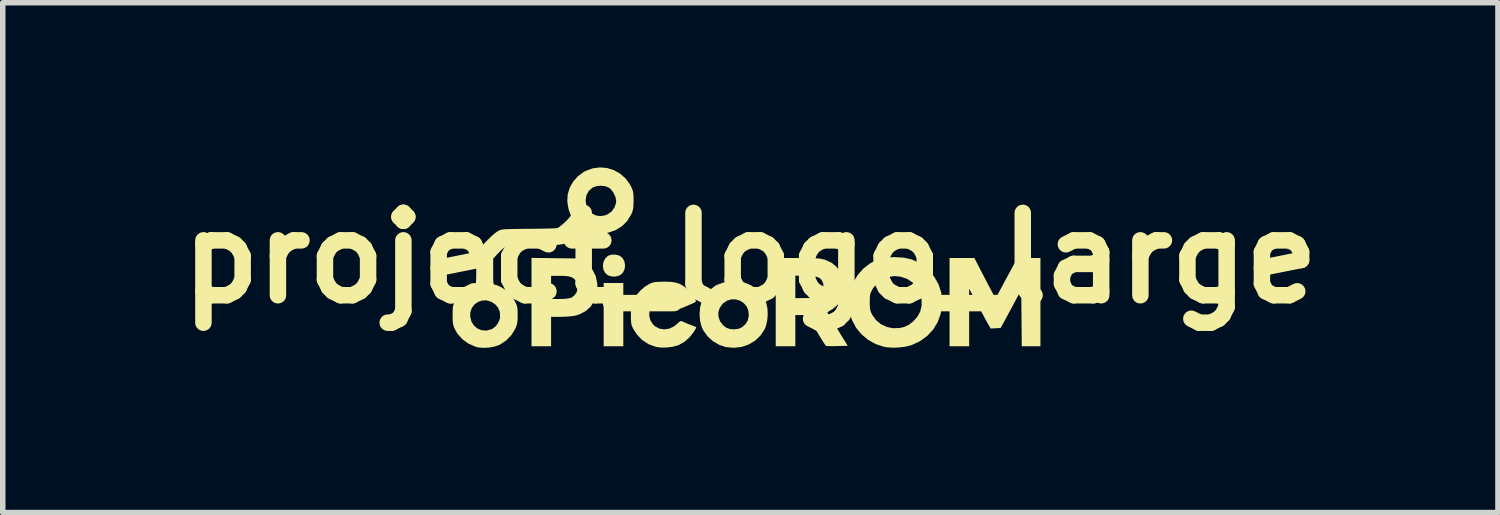
<source format=kicad_pcb>
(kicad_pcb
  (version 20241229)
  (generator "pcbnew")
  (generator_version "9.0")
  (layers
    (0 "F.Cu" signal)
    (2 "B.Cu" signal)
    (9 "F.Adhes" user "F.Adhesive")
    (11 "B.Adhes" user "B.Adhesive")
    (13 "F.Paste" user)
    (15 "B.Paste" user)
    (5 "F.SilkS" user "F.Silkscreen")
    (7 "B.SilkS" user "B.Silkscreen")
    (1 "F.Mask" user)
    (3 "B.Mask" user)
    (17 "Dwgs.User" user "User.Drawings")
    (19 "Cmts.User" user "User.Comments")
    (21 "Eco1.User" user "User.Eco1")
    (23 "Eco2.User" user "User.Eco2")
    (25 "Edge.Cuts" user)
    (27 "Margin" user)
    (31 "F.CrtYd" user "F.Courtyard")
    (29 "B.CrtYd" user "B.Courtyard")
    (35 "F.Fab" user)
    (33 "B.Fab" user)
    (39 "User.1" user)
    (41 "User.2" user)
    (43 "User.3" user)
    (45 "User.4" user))
  (footprint "project_logo_large"
    (layer "F.Cu")
    (at 10.621 1.651)
    (property "Reference" "project_logo_large" (at 0 0 0) (layer "F.SilkS") (effects (font (size 1.5 1.5) (thickness 0.3))))
    (attr board_only exclude_from_pos_files exclude_from_bom)
    (fp_poly (pts (xy -2.314 1.031) (xy -2.314 1.608) (xy -2.493 1.608) (xy -2.672 1.608) (xy -2.672 1.031) (xy -2.672 0.455) (xy -2.493 0.455) (xy -2.314 0.455)) (stroke (width 0) (type solid)) (fill yes) (layer "F.SilkS"))
    (fp_poly (pts (xy -2.392 -0.047) (xy -2.379 -0.04) (xy -2.326 0.003) (xy -2.294 0.064) (xy -2.282 0.134) (xy -2.291 0.203) (xy -2.321 0.266) (xy -2.371 0.312) (xy -2.379 0.316) (xy -2.447 0.337) (xy -2.523 0.337) (xy -2.591 0.317) (xy -2.594 0.316) (xy -2.646 0.271) (xy -2.677 0.21) (xy -2.686 0.14) (xy -2.675 0.069) (xy -2.643 0.007) (xy -2.591 -0.041) (xy -2.587 -0.043) (xy -2.529 -0.061) (xy -2.458 -0.062)) (stroke (width 0) (type solid)) (fill yes) (layer "F.SilkS"))
    (fp_poly (pts (xy -3.577 0.003) (xy -3.166 0.008) (xy -3.058 0.061) (xy -2.953 0.13) (xy -2.873 0.219) (xy -2.818 0.327) (xy -2.79 0.453) (xy -2.786 0.532) (xy -2.801 0.667) (xy -2.844 0.787) (xy -2.911 0.888) (xy -3.003 0.969) (xy -3.116 1.028) (xy -3.189 1.05) (xy -3.245 1.059) (xy -3.322 1.066) (xy -3.407 1.071) (xy -3.455 1.072) (xy -3.63 1.072) (xy -3.63 1.34) (xy -3.63 1.608) (xy -3.808 1.608) (xy -3.987 1.608) (xy -3.987 0.803) (xy -3.987 0.536) (xy -3.63 0.536) (xy -3.63 0.747) (xy -3.475 0.747) (xy -3.379 0.744) (xy -3.304 0.735) (xy -3.264 0.724) (xy -3.207 0.684) (xy -3.166 0.625) (xy -3.145 0.557) (xy -3.145 0.486) (xy -3.171 0.424) (xy -3.176 0.416) (xy -3.213 0.377) (xy -3.256 0.35) (xy -3.311 0.334) (xy -3.386 0.326) (xy -3.467 0.325) (xy -3.63 0.325) (xy -3.63 0.536) (xy -3.987 0.536) (xy -3.987 -0.002)) (stroke (width 0) (type solid)) (fill yes) (layer "F.SilkS"))
    (fp_poly (pts (xy 4.248 0.32) (xy 4.298 0.416) (xy 4.344 0.505) (xy 4.385 0.582) (xy 4.417 0.642) (xy 4.438 0.68) (xy 4.442 0.687) (xy 4.471 0.735) (xy 4.55 0.586) (xy 4.588 0.515) (xy 4.635 0.426) (xy 4.687 0.33) (xy 4.738 0.236) (xy 4.747 0.219) (xy 4.866 0) (xy 5.076 0) (xy 5.286 0) (xy 5.286 0.804) (xy 5.286 1.608) (xy 5.116 1.608) (xy 4.946 1.608) (xy 4.941 1.092) (xy 4.937 0.577) (xy 4.877 0.69) (xy 4.848 0.745) (xy 4.808 0.82) (xy 4.761 0.907) (xy 4.712 0.998) (xy 4.69 1.039) (xy 4.561 1.275) (xy 4.47 1.28) (xy 4.379 1.285) (xy 4.339 1.215) (xy 4.318 1.179) (xy 4.286 1.12) (xy 4.245 1.044) (xy 4.198 0.956) (xy 4.148 0.862) (xy 4.143 0.853) (xy 3.987 0.56) (xy 3.987 1.084) (xy 3.987 1.608) (xy 3.808 1.608) (xy 3.63 1.608) (xy 3.63 0.804) (xy 3.63 0) (xy 3.856 0) (xy 4.082 0)) (stroke (width 0) (type solid)) (fill yes) (layer "F.SilkS"))
    (fp_poly (pts (xy -0.203 0.428) (xy -0.111 0.447) (xy 0.009 0.495) (xy 0.117 0.571) (xy 0.207 0.668) (xy 0.274 0.781) (xy 0.294 0.832) (xy 0.313 0.923) (xy 0.317 1.03) (xy 0.308 1.139) (xy 0.285 1.238) (xy 0.262 1.297) (xy 0.185 1.413) (xy 0.086 1.507) (xy -0.03 1.576) (xy -0.159 1.62) (xy -0.299 1.636) (xy -0.444 1.623) (xy -0.446 1.623) (xy -0.566 1.583) (xy -0.678 1.517) (xy -0.776 1.43) (xy -0.852 1.326) (xy -0.887 1.255) (xy -0.915 1.147) (xy -0.925 1.027) (xy -0.922 0.99) (xy -0.583 0.99) (xy -0.58 1.074) (xy -0.55 1.155) (xy -0.495 1.226) (xy -0.44 1.269) (xy -0.374 1.293) (xy -0.295 1.3) (xy -0.216 1.29) (xy -0.154 1.263) (xy -0.086 1.204) (xy -0.046 1.137) (xy -0.028 1.052) (xy -0.028 1.051) (xy -0.035 0.961) (xy -0.066 0.884) (xy -0.119 0.822) (xy -0.186 0.778) (xy -0.262 0.755) (xy -0.344 0.753) (xy -0.424 0.777) (xy -0.498 0.828) (xy -0.505 0.835) (xy -0.558 0.909) (xy -0.583 0.99) (xy -0.922 0.99) (xy -0.916 0.906) (xy -0.889 0.797) (xy -0.887 0.793) (xy -0.827 0.681) (xy -0.741 0.583) (xy -0.636 0.505) (xy -0.598 0.485) (xy -0.477 0.442) (xy -0.342 0.422)) (stroke (width 0) (type solid)) (fill yes) (layer "F.SilkS"))
    (fp_poly (pts (xy 0.986 0.00024) (xy 1.085 0.001) (xy 1.163 0.003) (xy 1.222 0.007) (xy 1.269 0.012) (xy 1.309 0.019) (xy 1.346 0.028) (xy 1.365 0.034) (xy 1.478 0.085) (xy 1.57 0.159) (xy 1.639 0.254) (xy 1.684 0.367) (xy 1.702 0.496) (xy 1.703 0.52) (xy 1.689 0.65) (xy 1.65 0.763) (xy 1.588 0.856) (xy 1.504 0.927) (xy 1.485 0.939) (xy 1.441 0.964) (xy 1.412 0.984) (xy 1.405 0.992) (xy 1.413 1.008) (xy 1.436 1.047) (xy 1.471 1.106) (xy 1.516 1.18) (xy 1.568 1.265) (xy 1.59 1.3) (xy 1.775 1.6) (xy 1.587 1.604) (xy 1.511 1.606) (xy 1.446 1.605) (xy 1.4 1.604) (xy 1.38 1.602) (xy 1.366 1.586) (xy 1.339 1.546) (xy 1.302 1.487) (xy 1.257 1.414) (xy 1.207 1.329) (xy 1.2 1.317) (xy 1.039 1.041) (xy 0.93 1.04) (xy 0.82 1.039) (xy 0.82 1.324) (xy 0.82 1.608) (xy 0.641 1.608) (xy 0.463 1.608) (xy 0.463 0.804) (xy 0.463 0.526) (xy 0.82 0.526) (xy 0.82 0.731) (xy 0.987 0.73) (xy 1.064 0.728) (xy 1.134 0.722) (xy 1.188 0.715) (xy 1.208 0.71) (xy 1.271 0.672) (xy 1.314 0.614) (xy 1.335 0.544) (xy 1.33 0.47) (xy 1.317 0.436) (xy 1.295 0.397) (xy 1.269 0.369) (xy 1.233 0.35) (xy 1.18 0.338) (xy 1.106 0.331) (xy 1.019 0.328) (xy 0.82 0.321) (xy 0.82 0.526) (xy 0.463 0.526) (xy 0.463 0) (xy 0.859 0)) (stroke (width 0) (type solid)) (fill yes) (layer "F.SilkS"))
    (fp_poly (pts (xy 2.8 -0.006) (xy 2.941 0.026) (xy 3.068 0.082) (xy 3.186 0.165) (xy 3.245 0.218) (xy 3.352 0.343) (xy 3.43 0.481) (xy 3.478 0.629) (xy 3.496 0.785) (xy 3.494 0.853) (xy 3.468 1.019) (xy 3.413 1.17) (xy 3.331 1.304) (xy 3.224 1.419) (xy 3.093 1.514) (xy 2.94 1.586) (xy 2.922 1.592) (xy 2.825 1.616) (xy 2.711 1.63) (xy 2.592 1.634) (xy 2.483 1.626) (xy 2.436 1.618) (xy 2.282 1.567) (xy 2.144 1.489) (xy 2.024 1.389) (xy 1.926 1.269) (xy 1.853 1.131) (xy 1.819 1.031) (xy 1.802 0.935) (xy 1.796 0.825) (xy 1.796 0.804) (xy 2.176 0.804) (xy 2.178 0.879) (xy 2.183 0.933) (xy 2.194 0.977) (xy 2.214 1.021) (xy 2.22 1.034) (xy 2.289 1.13) (xy 2.377 1.204) (xy 2.482 1.255) (xy 2.597 1.279) (xy 2.72 1.275) (xy 2.798 1.258) (xy 2.887 1.217) (xy 2.972 1.152) (xy 3.043 1.071) (xy 3.092 0.983) (xy 3.095 0.978) (xy 3.122 0.863) (xy 3.119 0.746) (xy 3.089 0.635) (xy 3.035 0.533) (xy 2.957 0.446) (xy 2.859 0.381) (xy 2.742 0.341) (xy 2.624 0.329) (xy 2.51 0.346) (xy 2.404 0.39) (xy 2.311 0.458) (xy 2.236 0.551) (xy 2.225 0.57) (xy 2.201 0.616) (xy 2.186 0.657) (xy 2.179 0.702) (xy 2.177 0.764) (xy 2.176 0.804) (xy 1.796 0.804) (xy 1.799 0.714) (xy 1.812 0.616) (xy 1.82 0.584) (xy 1.878 0.438) (xy 1.959 0.306) (xy 2.06 0.192) (xy 2.177 0.102) (xy 2.235 0.069) (xy 2.322 0.031) (xy 2.403 0.005) (xy 2.489 -0.009) (xy 2.591 -0.015) (xy 2.639 -0.016)) (stroke (width 0) (type solid)) (fill yes) (layer "F.SilkS"))
    (fp_poly (pts (xy -1.458 0.434) (xy -1.371 0.445) (xy -1.299 0.466) (xy -1.231 0.502) (xy -1.161 0.552) (xy -1.119 0.591) (xy -1.077 0.641) (xy -1.039 0.693) (xy -1.009 0.741) (xy -0.994 0.779) (xy -0.995 0.799) (xy -1.017 0.812) (xy -1.061 0.833) (xy -1.12 0.858) (xy -1.147 0.87) (xy -1.282 0.924) (xy -1.33 0.866) (xy -1.404 0.799) (xy -1.49 0.761) (xy -1.582 0.751) (xy -1.676 0.772) (xy -1.691 0.778) (xy -1.762 0.826) (xy -1.811 0.893) (xy -1.838 0.971) (xy -1.842 1.053) (xy -1.821 1.134) (xy -1.776 1.207) (xy -1.735 1.245) (xy -1.655 1.287) (xy -1.566 1.301) (xy -1.476 1.287) (xy -1.391 1.246) (xy -1.345 1.21) (xy -1.304 1.171) (xy -1.277 1.152) (xy -1.256 1.149) (xy -1.232 1.158) (xy -1.225 1.162) (xy -1.185 1.18) (xy -1.129 1.203) (xy -1.085 1.22) (xy -1.035 1.239) (xy -0.998 1.254) (xy -0.985 1.26) (xy -0.989 1.275) (xy -1.008 1.31) (xy -1.031 1.348) (xy -1.11 1.448) (xy -1.205 1.53) (xy -1.308 1.587) (xy -1.319 1.591) (xy -1.414 1.617) (xy -1.522 1.631) (xy -1.629 1.632) (xy -1.721 1.619) (xy -1.721 1.619) (xy -1.857 1.569) (xy -1.973 1.492) (xy -2.07 1.39) (xy -2.133 1.291) (xy -2.152 1.252) (xy -2.165 1.216) (xy -2.172 1.174) (xy -2.175 1.118) (xy -2.176 1.038) (xy -2.176 1.031) (xy -2.175 0.95) (xy -2.172 0.892) (xy -2.165 0.848) (xy -2.152 0.809) (xy -2.132 0.766) (xy -2.128 0.759) (xy -2.073 0.673) (xy -1.999 0.589) (xy -1.914 0.517) (xy -1.832 0.468) (xy -1.791 0.451) (xy -1.747 0.441) (xy -1.693 0.435) (xy -1.62 0.432) (xy -1.567 0.431)) (stroke (width 0) (type solid)) (fill yes) (layer "F.SilkS"))
    (fp_poly (pts (xy -2.61 -1.64) (xy -2.486 -1.601) (xy -2.372 -1.537) (xy -2.272 -1.449) (xy -2.192 -1.338) (xy -2.173 -1.303) (xy -2.152 -1.255) (xy -2.138 -1.213) (xy -2.131 -1.166) (xy -2.128 -1.103) (xy -2.127 -1.048) (xy -2.129 -0.967) (xy -2.133 -0.909) (xy -2.143 -0.863) (xy -2.159 -0.818) (xy -2.17 -0.794) (xy -2.243 -0.675) (xy -2.338 -0.58) (xy -2.454 -0.508) (xy -2.589 -0.461) (xy -2.623 -0.455) (xy -2.75 -0.443) (xy -2.874 -0.459) (xy -2.974 -0.489) (xy -3.063 -0.523) (xy -3.18 -0.411) (xy -3.228 -0.365) (xy -3.269 -0.328) (xy -3.307 -0.299) (xy -3.346 -0.276) (xy -3.39 -0.26) (xy -3.443 -0.248) (xy -3.509 -0.24) (xy -3.592 -0.235) (xy -3.697 -0.232) (xy -3.827 -0.229) (xy -3.94 -0.227) (xy -4.453 -0.219) (xy -4.51 -0.169) (xy -4.557 -0.125) (xy -4.608 -0.073) (xy -4.627 -0.053) (xy -4.685 0.012) (xy -4.685 0.25) (xy -4.685 0.342) (xy -4.684 0.407) (xy -4.681 0.449) (xy -4.676 0.473) (xy -4.668 0.484) (xy -4.657 0.487) (xy -4.656 0.487) (xy -4.611 0.498) (xy -4.551 0.525) (xy -4.488 0.564) (xy -4.428 0.609) (xy -4.395 0.641) (xy -4.349 0.698) (xy -4.303 0.765) (xy -4.285 0.798) (xy -4.263 0.844) (xy -4.249 0.885) (xy -4.242 0.932) (xy -4.239 0.995) (xy -4.239 1.039) (xy -4.24 1.117) (xy -4.245 1.174) (xy -4.256 1.222) (xy -4.275 1.271) (xy -4.286 1.295) (xy -4.353 1.404) (xy -4.444 1.499) (xy -4.554 1.573) (xy -4.584 1.588) (xy -4.67 1.616) (xy -4.77 1.633) (xy -4.873 1.637) (xy -4.965 1.628) (xy -5.002 1.618) (xy -5.137 1.559) (xy -5.249 1.478) (xy -5.338 1.377) (xy -5.382 1.299) (xy -5.402 1.254) (xy -5.414 1.211) (xy -5.421 1.163) (xy -5.424 1.098) (xy -5.424 1.064) (xy -5.104 1.064) (xy -5.082 1.156) (xy -5.036 1.231) (xy -4.972 1.285) (xy -4.894 1.316) (xy -4.807 1.322) (xy -4.717 1.298) (xy -4.698 1.289) (xy -4.639 1.243) (xy -4.592 1.177) (xy -4.563 1.103) (xy -4.56 1.082) (xy -4.563 0.986) (xy -4.596 0.904) (xy -4.646 0.846) (xy -4.724 0.795) (xy -4.806 0.772) (xy -4.888 0.775) (xy -4.963 0.801) (xy -5.027 0.847) (xy -5.075 0.911) (xy -5.102 0.992) (xy -5.104 1.064) (xy -5.424 1.064) (xy -5.424 1.039) (xy -5.423 0.96) (xy -5.42 0.903) (xy -5.412 0.861) (xy -5.398 0.823) (xy -5.379 0.783) (xy -5.301 0.665) (xy -5.203 0.573) (xy -5.083 0.505) (xy -5.022 0.481) (xy -5.012 0.475) (xy -5.004 0.461) (xy -4.999 0.434) (xy -4.996 0.39) (xy -4.994 0.323) (xy -4.994 0.23) (xy -4.994 0.211) (xy -4.993 0.101) (xy -4.99 0.018) (xy -4.985 -0.043) (xy -4.977 -0.087) (xy -4.969 -0.11) (xy -4.945 -0.15) (xy -4.902 -0.205) (xy -4.845 -0.268) (xy -4.782 -0.333) (xy -4.718 -0.396) (xy -4.658 -0.448) (xy -4.608 -0.485) (xy -4.596 -0.492) (xy -4.576 -0.503) (xy -4.555 -0.511) (xy -4.529 -0.517) (xy -4.494 -0.522) (xy -4.446 -0.525) (xy -4.381 -0.527) (xy -4.296 -0.529) (xy -4.186 -0.531) (xy -4.047 -0.532) (xy -4.044 -0.532) (xy -3.92 -0.533) (xy -3.805 -0.535) (xy -3.703 -0.537) (xy -3.62 -0.539) (xy -3.559 -0.542) (xy -3.525 -0.544) (xy -3.52 -0.545) (xy -3.49 -0.559) (xy -3.449 -0.59) (xy -3.402 -0.63) (xy -3.354 -0.675) (xy -3.313 -0.719) (xy -3.282 -0.756) (xy -3.27 -0.781) (xy -3.271 -0.786) (xy -3.283 -0.81) (xy -3.3 -0.855) (xy -3.314 -0.9) (xy -3.335 -1.031) (xy -3.334 -1.05) (xy -3.001 -1.05) (xy -3.001 -1.05) (xy -2.987 -0.954) (xy -2.948 -0.874) (xy -2.89 -0.814) (xy -2.816 -0.776) (xy -2.732 -0.763) (xy -2.642 -0.778) (xy -2.59 -0.801) (xy -2.524 -0.852) (xy -2.474 -0.923) (xy -2.447 -1.003) (xy -2.444 -1.038) (xy -2.457 -1.111) (xy -2.491 -1.186) (xy -2.539 -1.25) (xy -2.572 -1.279) (xy -2.639 -1.307) (xy -2.719 -1.317) (xy -2.801 -1.31) (xy -2.871 -1.285) (xy -2.876 -1.282) (xy -2.944 -1.222) (xy -2.986 -1.144) (xy -3.001 -1.05) (xy -3.334 -1.05) (xy -3.327 -1.16) (xy -3.29 -1.283) (xy -3.226 -1.395) (xy -3.138 -1.493) (xy -3.027 -1.573) (xy -3 -1.587) (xy -2.871 -1.634) (xy -2.74 -1.651)) (stroke (width 0) (type solid)) (fill yes) (layer "F.SilkS")))
  (gr_rect
    (start -3 -3)
    (end 24.243 6.289)
    (stroke (width 0.1) (type default))
    (fill no)
    (layer "Edge.Cuts")))
</source>
